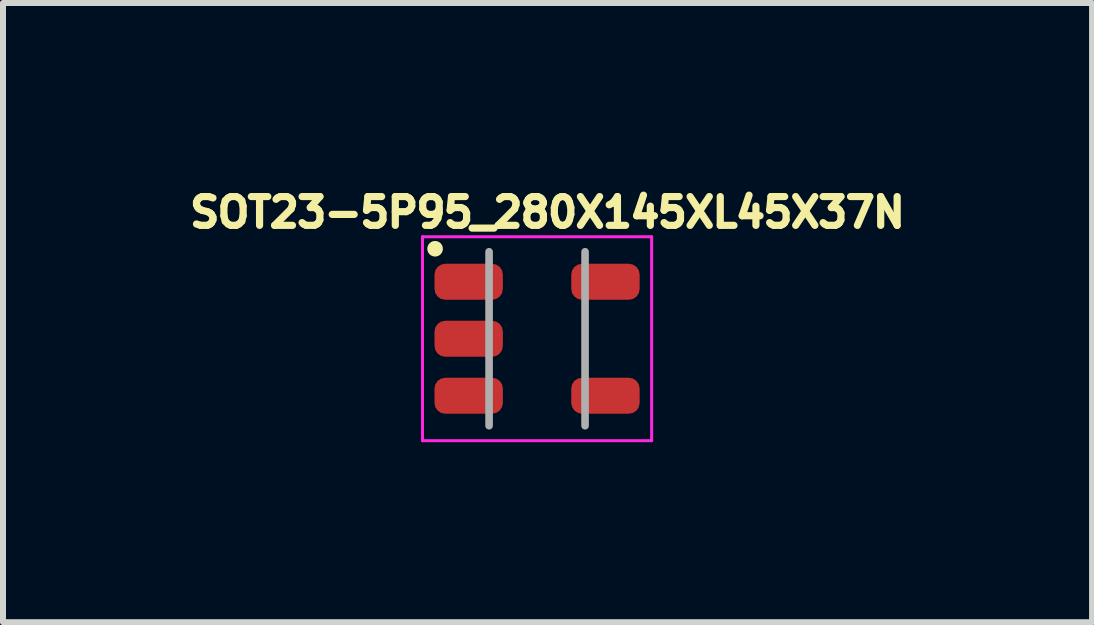
<source format=kicad_pcb>
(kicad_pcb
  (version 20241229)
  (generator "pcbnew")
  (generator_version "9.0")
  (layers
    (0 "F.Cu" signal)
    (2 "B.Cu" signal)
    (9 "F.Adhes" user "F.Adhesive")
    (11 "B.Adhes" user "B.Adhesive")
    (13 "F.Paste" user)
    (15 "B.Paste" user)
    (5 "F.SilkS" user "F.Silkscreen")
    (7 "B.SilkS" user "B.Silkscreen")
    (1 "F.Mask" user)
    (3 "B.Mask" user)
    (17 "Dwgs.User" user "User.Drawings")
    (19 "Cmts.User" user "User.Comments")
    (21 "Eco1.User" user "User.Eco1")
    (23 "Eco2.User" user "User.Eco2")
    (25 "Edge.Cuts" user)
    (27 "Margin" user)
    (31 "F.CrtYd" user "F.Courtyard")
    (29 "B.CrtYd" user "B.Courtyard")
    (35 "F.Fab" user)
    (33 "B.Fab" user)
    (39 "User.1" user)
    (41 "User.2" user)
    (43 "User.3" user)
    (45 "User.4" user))
  (footprint "SOT23-5P95_280X145XL45X37N"
    (layer "F.Cu")
    (at 5.903 2.597)
    (property "Reference" "SOT23-5P95_280X145XL45X37N" (at 0.174 -2.106 0) (layer "F.SilkS") (effects (font (size 0.48 0.48) (thickness 0.15))))
    (attr smd)
    (fp_circle (center -1.7 -1.5) (end -1.57 -1.5) (stroke (width 0) (type solid)) (fill yes) (layer "F.SilkS"))
    (fp_line (start -1.91 -1.7) (end -1.91 1.7) (stroke (width 0.05) (type solid)) (layer "F.CrtYd"))
    (fp_line (start -1.91 1.7) (end 1.91 1.7) (stroke (width 0.05) (type solid)) (layer "F.CrtYd"))
    (fp_line (start 1.91 -1.7) (end -1.91 -1.7) (stroke (width 0.05) (type solid)) (layer "F.CrtYd"))
    (fp_line (start 1.91 1.7) (end 1.91 -1.7) (stroke (width 0.05) (type solid)) (layer "F.CrtYd"))
    (fp_line (start -0.8 -1.45) (end -0.8 1.45) (stroke (width 0.127) (type solid)) (layer "F.Fab"))
    (fp_line (start 0.8 1.45) (end 0.8 -1.45) (stroke (width 0.127) (type solid)) (layer "F.Fab"))
    (pad "1" smd roundrect (at -1.14 -0.95 90) (size 0.6 1.14) (layers "F.Cu" "F.Mask" "F.Paste") (roundrect_rratio 0.3))
    (pad "2" smd roundrect (at -1.14 0 90) (size 0.6 1.14) (layers "F.Cu" "F.Mask" "F.Paste") (roundrect_rratio 0.3))
    (pad "3" smd roundrect (at -1.14 0.95 90) (size 0.6 1.14) (layers "F.Cu" "F.Mask" "F.Paste") (roundrect_rratio 0.3))
    (pad "4" smd roundrect (at 1.14 0.95 90) (size 0.6 1.14) (layers "F.Cu" "F.Mask" "F.Paste") (roundrect_rratio 0.3))
    (pad "5" smd roundrect (at 1.14 -0.95 90) (size 0.6 1.14) (layers "F.Cu" "F.Mask" "F.Paste") (roundrect_rratio 0.3)))
  (gr_rect
    (start -3 -3)
    (end 15.155 7.322)
    (stroke (width 0.1) (type default))
    (fill no)
    (layer "Edge.Cuts")))
</source>
